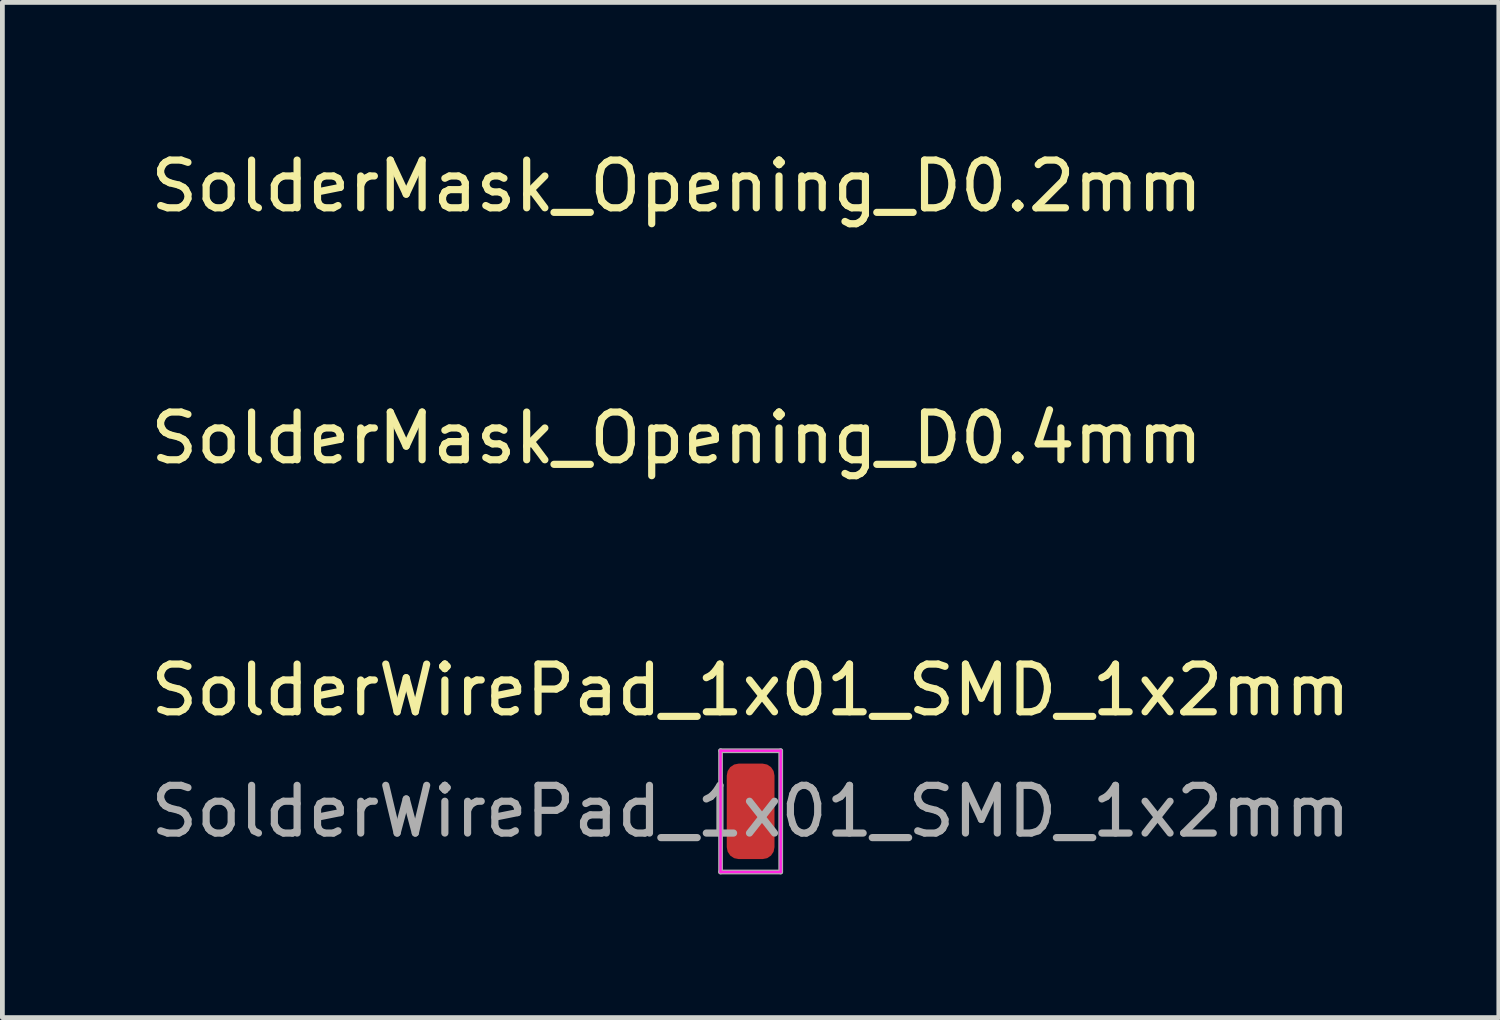
<source format=kicad_pcb>
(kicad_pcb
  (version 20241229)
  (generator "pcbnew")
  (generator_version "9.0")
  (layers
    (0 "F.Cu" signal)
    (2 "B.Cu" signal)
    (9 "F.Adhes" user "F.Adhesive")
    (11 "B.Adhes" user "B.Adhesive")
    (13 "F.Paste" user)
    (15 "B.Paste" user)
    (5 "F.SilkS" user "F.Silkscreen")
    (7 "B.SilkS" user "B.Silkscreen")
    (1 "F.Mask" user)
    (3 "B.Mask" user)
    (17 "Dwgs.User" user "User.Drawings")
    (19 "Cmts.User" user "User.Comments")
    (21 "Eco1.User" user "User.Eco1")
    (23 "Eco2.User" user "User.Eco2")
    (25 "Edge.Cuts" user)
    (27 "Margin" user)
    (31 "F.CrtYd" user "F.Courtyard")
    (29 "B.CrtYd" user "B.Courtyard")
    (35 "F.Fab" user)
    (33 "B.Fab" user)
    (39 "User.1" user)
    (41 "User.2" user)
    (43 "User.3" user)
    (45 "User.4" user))
  (footprint "SolderMask_Opening_D0.2mm"
    (layer "F.Cu")
    (at 11.135 2.028)
    (property "Reference" "SolderMask_Opening_D0.2mm" (at -0.01 -1.18 0) (layer "F.SilkS") (effects (font (size 1 1) (thickness 0.15))))
    (attr exclude_from_pos_files exclude_from_bom)
    (pad "" smd circle (at 0 0) (size 0.2 0.2) (layers "F.Mask")))
  (footprint "SolderWirePad_1x01_SMD_1x2mm"
    (layer "F.Cu")
    (at 12.673 13.945)
    (property "Reference" "SolderWirePad_1x01_SMD_1x2mm" (at 0 -2.54 0) (layer "F.SilkS") (effects (font (size 1 1) (thickness 0.15))))
    (attr exclude_from_pos_files exclude_from_bom)
    (fp_line (start -0.63 -1.27) (end -0.63 1.27) (stroke (width 0.05) (type solid)) (layer "F.CrtYd"))
    (fp_line (start -0.63 1.27) (end 0.63 1.27) (stroke (width 0.05) (type solid)) (layer "F.CrtYd"))
    (fp_line (start 0.63 -1.27) (end -0.63 -1.27) (stroke (width 0.05) (type solid)) (layer "F.CrtYd"))
    (fp_line (start 0.63 1.27) (end 0.63 -1.27) (stroke (width 0.05) (type solid)) (layer "F.CrtYd"))
    (fp_line (start -0.63 -1.27) (end 0.63 -1.27) (stroke (width 0.1) (type solid)) (layer "F.Fab"))
    (fp_line (start -0.63 1.27) (end -0.63 -1.27) (stroke (width 0.1) (type solid)) (layer "F.Fab"))
    (fp_line (start 0.63 -1.27) (end 0.63 1.27) (stroke (width 0.1) (type solid)) (layer "F.Fab"))
    (fp_line (start 0.63 1.27) (end -0.63 1.27) (stroke (width 0.1) (type solid)) (layer "F.Fab"))
    (fp_text user "${REFERENCE}" (at 0 0 0) (layer "F.Fab") (effects (font (size 1 1) (thickness 0.15))))
    (pad "1" smd roundrect (at 0 0) (size 1 2) (layers "F.Cu" "F.Mask") (roundrect_rratio 0.25)))
  (footprint "SolderMask_Opening_D0.4mm"
    (layer "F.Cu")
    (at 11.135 7.306)
    (property "Reference" "SolderMask_Opening_D0.4mm" (at -0.01 -1.18 0) (layer "F.SilkS") (effects (font (size 1 1) (thickness 0.15))))
    (attr exclude_from_pos_files exclude_from_bom)
    (pad "" smd circle (at 0 0) (size 0.4 0.4) (layers "F.Mask")))
  (gr_rect
    (start -3 -3)
    (end 28.345 18.265)
    (stroke (width 0.1) (type default))
    (fill no)
    (layer "Edge.Cuts")))
</source>
